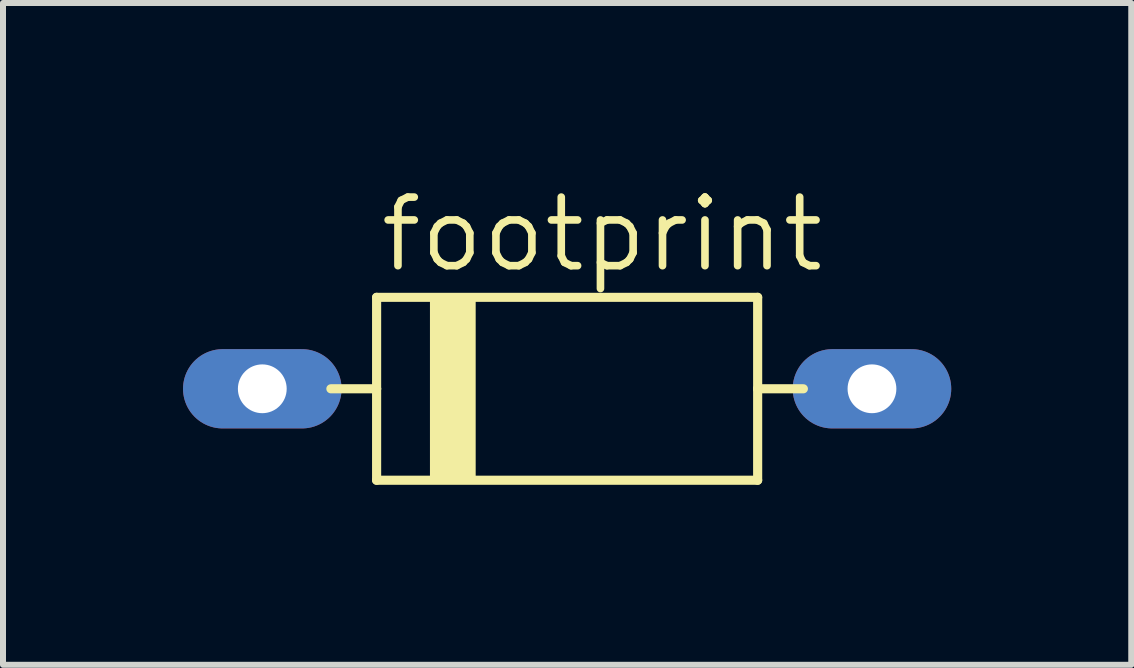
<source format=kicad_pcb>
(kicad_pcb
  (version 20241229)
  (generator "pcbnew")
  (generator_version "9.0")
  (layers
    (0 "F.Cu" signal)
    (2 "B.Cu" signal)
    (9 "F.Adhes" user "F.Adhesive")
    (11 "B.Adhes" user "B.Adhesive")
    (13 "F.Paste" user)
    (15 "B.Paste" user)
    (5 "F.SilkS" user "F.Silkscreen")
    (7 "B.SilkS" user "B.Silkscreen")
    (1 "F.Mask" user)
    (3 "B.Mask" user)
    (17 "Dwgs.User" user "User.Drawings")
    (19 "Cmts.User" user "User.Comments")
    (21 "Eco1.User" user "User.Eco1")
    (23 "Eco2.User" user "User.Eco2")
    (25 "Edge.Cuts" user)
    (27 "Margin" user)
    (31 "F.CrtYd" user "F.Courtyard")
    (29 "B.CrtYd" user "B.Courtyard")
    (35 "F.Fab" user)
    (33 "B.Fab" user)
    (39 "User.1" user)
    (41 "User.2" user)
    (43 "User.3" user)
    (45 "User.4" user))
  (footprint "footprint"
    (layer "F.Cu")
    (at 6.401 3.429)
    (property "Reference" "footprint" (at -3.175 -1.905 0) (layer "F.SilkS") (effects (font (size 1.143 1.143) (thickness 0.127)) (justify left bottom)))
    (fp_line (start -3.175 -1.524) (end -3.175 0) (stroke (width 0.152) (type solid)) (layer "F.SilkS"))
    (fp_line (start -3.175 0) (end -3.937 0) (stroke (width 0.152) (type solid)) (layer "F.SilkS"))
    (fp_line (start -3.175 0) (end -3.175 1.524) (stroke (width 0.152) (type solid)) (layer "F.SilkS"))
    (fp_line (start -3.175 1.524) (end 3.175 1.524) (stroke (width 0.152) (type solid)) (layer "F.SilkS"))
    (fp_line (start 3.175 -1.524) (end -3.175 -1.524) (stroke (width 0.152) (type solid)) (layer "F.SilkS"))
    (fp_line (start 3.175 0) (end 3.175 -1.524) (stroke (width 0.152) (type solid)) (layer "F.SilkS"))
    (fp_line (start 3.175 1.524) (end 3.175 0) (stroke (width 0.152) (type solid)) (layer "F.SilkS"))
    (fp_line (start 3.937 0) (end 3.175 0) (stroke (width 0.152) (type solid)) (layer "F.SilkS"))
    (fp_poly (pts (xy -2.286 1.524) (xy -1.524 1.524) (xy -1.524 -1.524) (xy -2.286 -1.524)) (stroke (width 0) (type solid)) (fill yes) (layer "F.SilkS"))
    (pad "A" thru_hole oval (at 5.08 0) (size 2.642 1.321) (drill 0.813) (layers "*.Cu" "*.Mask"))
    (pad "C" thru_hole oval (at -5.08 0) (size 2.642 1.321) (drill 0.813) (layers "*.Cu" "*.Mask")))
  (gr_rect
    (start -3 -3)
    (end 15.802 8.029)
    (stroke (width 0.1) (type default))
    (fill no)
    (layer "Edge.Cuts")))
</source>
